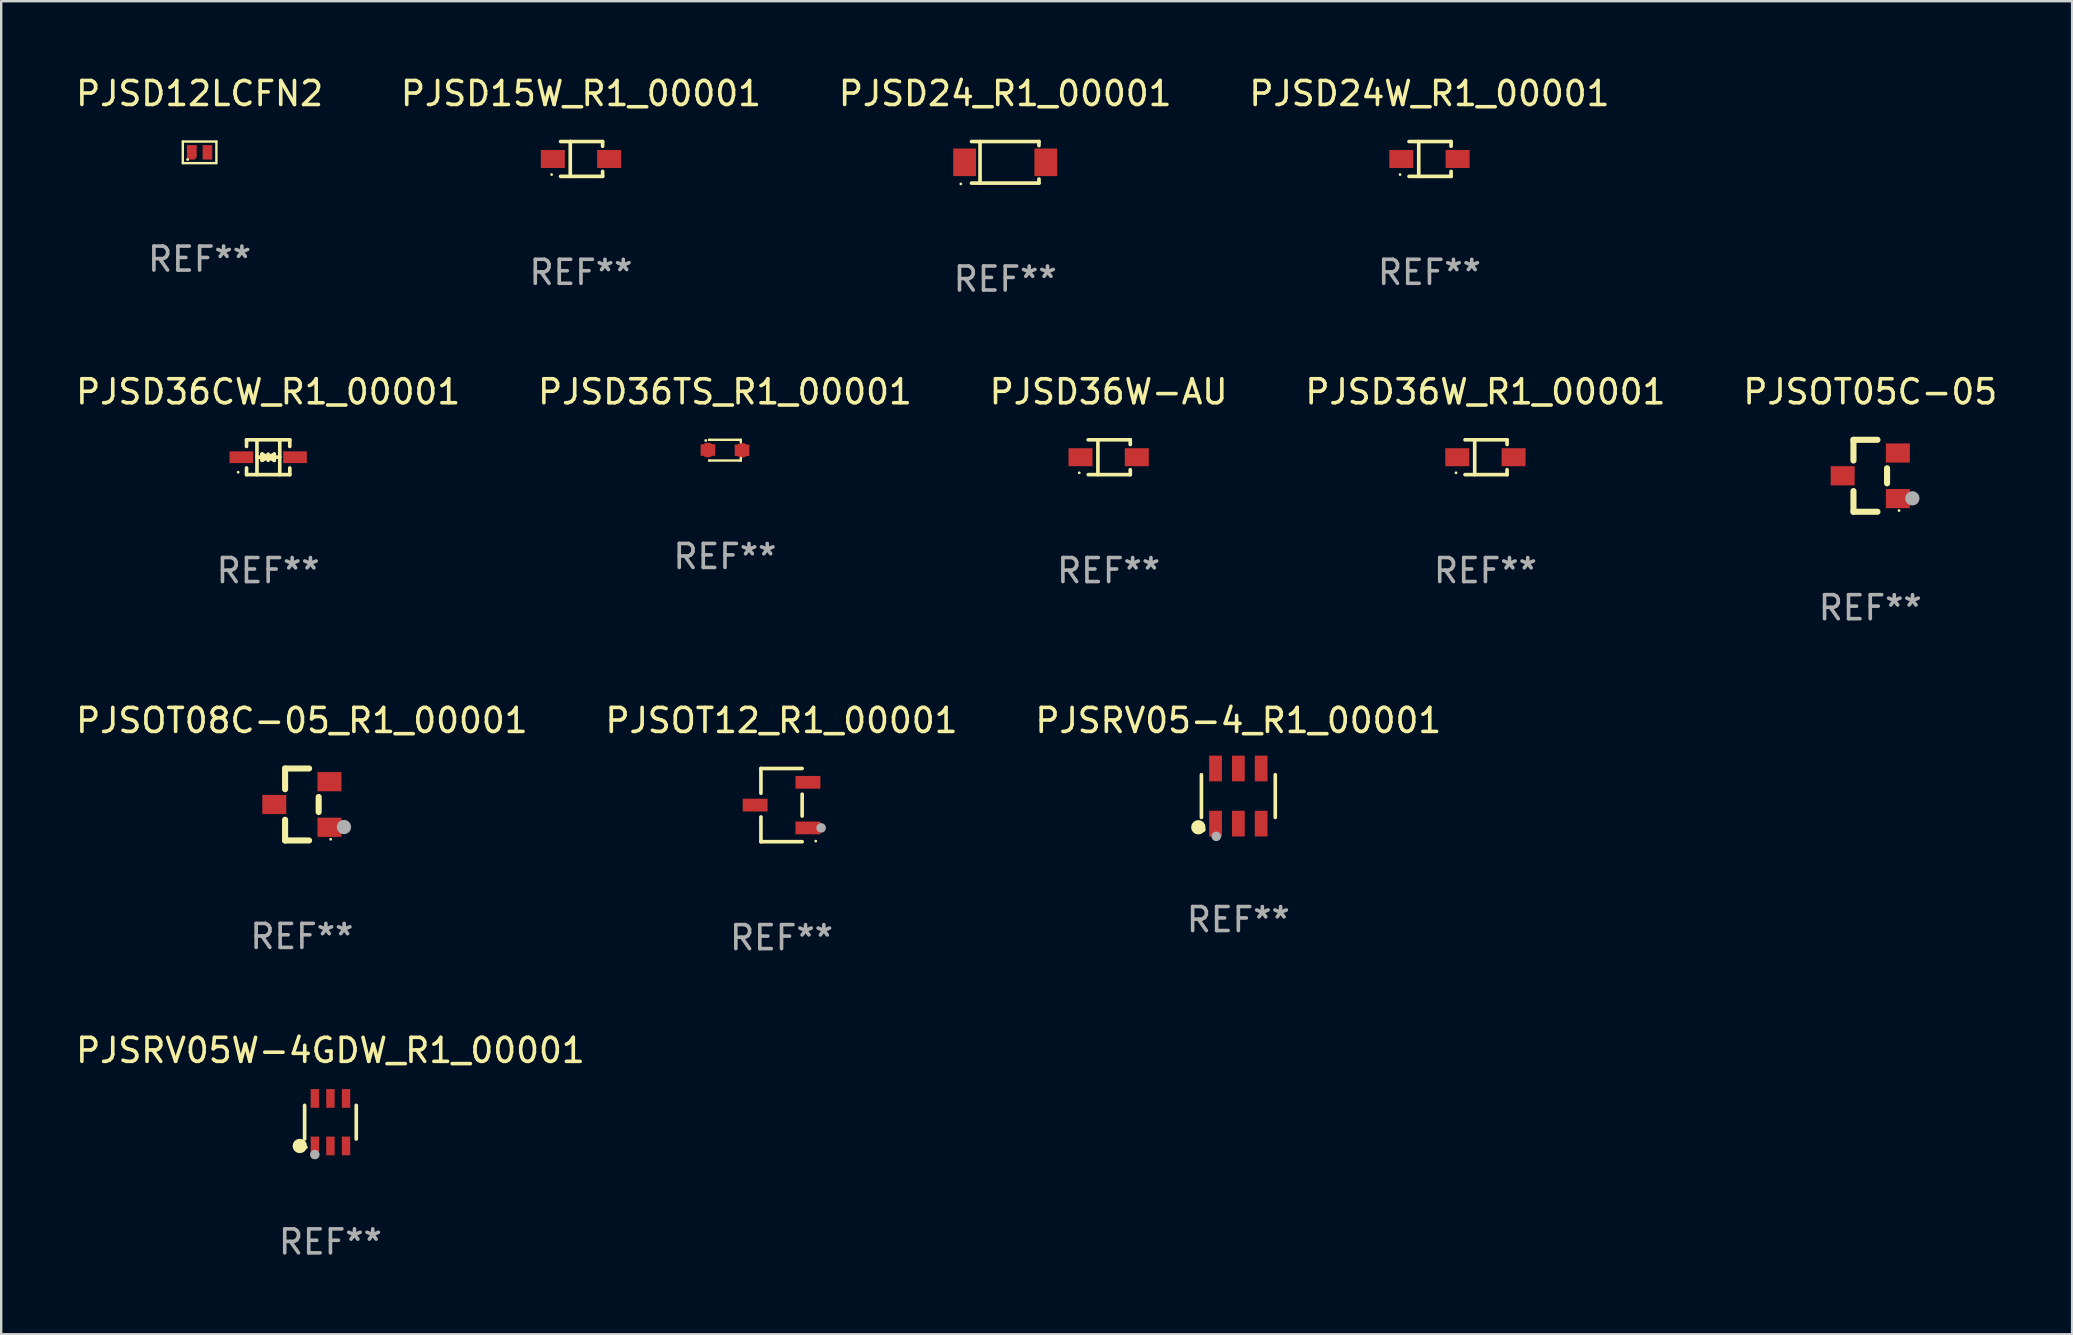
<source format=kicad_pcb>
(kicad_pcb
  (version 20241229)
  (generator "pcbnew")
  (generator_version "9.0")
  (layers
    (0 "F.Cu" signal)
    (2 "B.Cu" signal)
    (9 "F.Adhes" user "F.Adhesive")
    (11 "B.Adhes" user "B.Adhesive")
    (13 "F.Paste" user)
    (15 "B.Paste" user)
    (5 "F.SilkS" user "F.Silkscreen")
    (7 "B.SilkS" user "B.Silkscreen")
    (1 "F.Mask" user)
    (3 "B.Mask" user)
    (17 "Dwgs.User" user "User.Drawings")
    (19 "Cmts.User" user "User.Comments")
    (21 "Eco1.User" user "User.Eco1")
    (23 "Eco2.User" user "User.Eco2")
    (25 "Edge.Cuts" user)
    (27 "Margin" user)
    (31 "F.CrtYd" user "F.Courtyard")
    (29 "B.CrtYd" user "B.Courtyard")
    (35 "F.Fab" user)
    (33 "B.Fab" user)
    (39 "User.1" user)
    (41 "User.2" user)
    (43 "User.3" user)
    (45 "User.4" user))
  (footprint "PJSOT05C-05"
    (layer "F.Cu")
    (at 74.887 16.777)
    (property "Reference" "PJSOT05C-05" (at 0 -3.5 0) (layer "F.SilkS") (effects (font (size 1 1) (thickness 0.15))))
    (attr through_hole)
    (fp_line (start -0.7 -1.5) (end 0.3 -1.5) (stroke (width 0.254) (type solid)) (layer "F.SilkS"))
    (fp_line (start -0.7 -0.636) (end -0.7 -1.5) (stroke (width 0.254) (type solid)) (layer "F.SilkS"))
    (fp_line (start -0.7 1.5) (end -0.7 0.636) (stroke (width 0.254) (type solid)) (layer "F.SilkS"))
    (fp_line (start -0.7 1.5) (end 0.3 1.5) (stroke (width 0.254) (type solid)) (layer "F.SilkS"))
    (fp_line (start 0.7 0.314) (end 0.7 -0.314) (stroke (width 0.254) (type solid)) (layer "F.SilkS"))
    (fp_circle (center 1.2 1.45) (end 1.23 1.45) (stroke (width 0.06) (type solid)) (fill no) (layer "F.SilkS"))
    (fp_circle (center 1.753 0.94) (end 1.903 0.94) (stroke (width 0.3) (type solid)) (fill no) (layer "F.Fab"))
    (fp_text user "REF**" (at 0 5.5 0) (layer "F.Fab") (effects (font (size 1 1) (thickness 0.15))))
    (pad "1" smd rect (at 1.15 0.95 180) (size 1 0.8) (layers "F.Cu" "F.Mask" "F.Paste"))
    (pad "2" smd rect (at 1.15 -0.95 180) (size 1 0.8) (layers "F.Cu" "F.Mask" "F.Paste"))
    (pad "3" smd rect (at -1.15 -0.000051 180) (size 1 0.8) (layers "F.Cu" "F.Mask" "F.Paste")))
  (footprint "PJSD24W_R1_00001"
    (layer "F.Cu")
    (at 56.518 3.574)
    (property "Reference" "PJSD24W_R1_00001" (at 0 -2.726 0) (layer "F.SilkS") (effects (font (size 1 1) (thickness 0.15))))
    (attr through_hole)
    (fp_line (start -0.851 -0.726) (end 0.901 -0.726) (stroke (width 0.152) (type solid)) (layer "F.SilkS"))
    (fp_line (start -0.851 0.726) (end 0.901 0.726) (stroke (width 0.152) (type solid)) (layer "F.SilkS"))
    (fp_line (start -0.447 -0.726) (end -0.447 0.726) (stroke (width 0.152) (type solid)) (layer "F.SilkS"))
    (fp_line (start 0.901 -0.726) (end 0.901 -0.53) (stroke (width 0.152) (type solid)) (layer "F.SilkS"))
    (fp_line (start 0.901 0.726) (end 0.901 0.52) (stroke (width 0.152) (type solid)) (layer "F.SilkS"))
    (fp_circle (center -1.225 0.65) (end -1.195 0.65) (stroke (width 0.06) (type solid)) (fill no) (layer "F.SilkS"))
    (fp_text user "REF**" (at 0 4.726 0) (layer "F.Fab") (effects (font (size 1 1) (thickness 0.15))))
    (pad "1" smd rect (at -1.173 0) (size 1 0.75) (layers "F.Cu" "F.Mask" "F.Paste"))
    (pad "2" smd rect (at 1.173 0) (size 1 0.75) (layers "F.Cu" "F.Mask" "F.Paste")))
  (footprint "PJSRV05W-4GDW_R1_00001"
    (layer "F.Cu")
    (at 10.72 43.713)
    (property "Reference" "PJSRV05W-4GDW_R1_00001" (at 0 -2.99 0) (layer "F.SilkS") (effects (font (size 1 1) (thickness 0.15))))
    (attr through_hole)
    (fp_line (start -1.076 0.701) (end -1.076 -0.701) (stroke (width 0.152) (type solid)) (layer "F.SilkS"))
    (fp_line (start 1.076 0.701) (end 1.076 -0.701) (stroke (width 0.152) (type solid)) (layer "F.SilkS"))
    (fp_circle (center -1.277 0.992) (end -1.127 0.992) (stroke (width 0.3) (type solid)) (fill no) (layer "F.SilkS"))
    (fp_circle (center -1 1.05) (end -0.97 1.05) (stroke (width 0.06) (type solid)) (fill no) (layer "F.SilkS"))
    (fp_circle (center -0.65 1.35) (end -0.55 1.35) (stroke (width 0.2) (type solid)) (fill no) (layer "F.Fab"))
    (fp_text user "REF**" (at 0 4.99 0) (layer "F.Fab") (effects (font (size 1 1) (thickness 0.15))))
    (pad "1" smd rect (at -0.65 0.99) (size 0.35 0.78) (layers "F.Cu" "F.Mask" "F.Paste"))
    (pad "2" smd rect (at 0 0.99) (size 0.35 0.78) (layers "F.Cu" "F.Mask" "F.Paste"))
    (pad "3" smd rect (at 0.65 0.99) (size 0.35 0.78) (layers "F.Cu" "F.Mask" "F.Paste"))
    (pad "4" smd rect (at 0.65 -0.99) (size 0.35 0.78) (layers "F.Cu" "F.Mask" "F.Paste"))
    (pad "5" smd rect (at 0 -0.99) (size 0.35 0.78) (layers "F.Cu" "F.Mask" "F.Paste"))
    (pad "6" smd rect (at -0.65 -0.99) (size 0.35 0.78) (layers "F.Cu" "F.Mask" "F.Paste")))
  (footprint "PJSRV05-4_R1_00001"
    (layer "F.Cu")
    (at 48.554 30.123)
    (property "Reference" "PJSRV05-4_R1_00001" (at 0 -3.149 0) (layer "F.SilkS") (effects (font (size 1 1) (thickness 0.15))))
    (attr through_hole)
    (fp_line (start -1.539 0.889) (end -1.539 -0.889) (stroke (width 0.152) (type solid)) (layer "F.SilkS"))
    (fp_line (start 1.539 0.889) (end 1.539 -0.889) (stroke (width 0.152) (type solid)) (layer "F.SilkS"))
    (fp_circle (center -1.668 1.301) (end -1.518 1.301) (stroke (width 0.3) (type solid)) (fill no) (layer "F.SilkS"))
    (fp_circle (center -1.463 1.4) (end -1.413 1.4) (stroke (width 0.1) (type solid)) (fill no) (layer "F.SilkS"))
    (fp_circle (center -0.92 1.68) (end -0.82 1.68) (stroke (width 0.2) (type solid)) (fill no) (layer "F.Fab"))
    (fp_text user "REF**" (at 0 5.149 0) (layer "F.Fab") (effects (font (size 1 1) (thickness 0.15))))
    (pad "1" smd rect (at -0.95 1.149) (size 0.532 1.072) (layers "F.Cu" "F.Mask" "F.Paste"))
    (pad "2" smd rect (at 0 1.149) (size 0.532 1.072) (layers "F.Cu" "F.Mask" "F.Paste"))
    (pad "3" smd rect (at 0.95 1.149) (size 0.532 1.072) (layers "F.Cu" "F.Mask" "F.Paste"))
    (pad "4" smd rect (at 0.95 -1.149) (size 0.532 1.072) (layers "F.Cu" "F.Mask" "F.Paste"))
    (pad "5" smd rect (at 0 -1.149) (size 0.532 1.072) (layers "F.Cu" "F.Mask" "F.Paste"))
    (pad "6" smd rect (at -0.95 -1.149) (size 0.532 1.072) (layers "F.Cu" "F.Mask" "F.Paste")))
  (footprint "PJSD15W_R1_00001"
    (layer "F.Cu")
    (at 21.161 3.574)
    (property "Reference" "PJSD15W_R1_00001" (at 0 -2.726 0) (layer "F.SilkS") (effects (font (size 1 1) (thickness 0.15))))
    (attr through_hole)
    (fp_line (start -0.851 -0.726) (end 0.901 -0.726) (stroke (width 0.152) (type solid)) (layer "F.SilkS"))
    (fp_line (start -0.851 0.726) (end 0.901 0.726) (stroke (width 0.152) (type solid)) (layer "F.SilkS"))
    (fp_line (start -0.447 -0.726) (end -0.447 0.726) (stroke (width 0.152) (type solid)) (layer "F.SilkS"))
    (fp_line (start 0.901 -0.726) (end 0.901 -0.53) (stroke (width 0.152) (type solid)) (layer "F.SilkS"))
    (fp_line (start 0.901 0.726) (end 0.901 0.52) (stroke (width 0.152) (type solid)) (layer "F.SilkS"))
    (fp_circle (center -1.225 0.65) (end -1.195 0.65) (stroke (width 0.06) (type solid)) (fill no) (layer "F.SilkS"))
    (fp_text user "REF**" (at 0 4.726 0) (layer "F.Fab") (effects (font (size 1 1) (thickness 0.15))))
    (pad "1" smd rect (at -1.173 0) (size 1 0.75) (layers "F.Cu" "F.Mask" "F.Paste"))
    (pad "2" smd rect (at 1.173 0) (size 1 0.75) (layers "F.Cu" "F.Mask" "F.Paste")))
  (footprint "PJSD36CW_R1_00001"
    (layer "F.Cu")
    (at 8.125 16.003)
    (property "Reference" "PJSD36CW_R1_00001" (at 0 -2.726 0) (layer "F.SilkS") (effects (font (size 1 1) (thickness 0.15))))
    (attr through_hole)
    (fp_line (start -0.901 -0.726) (end -0.901 -0.448) (stroke (width 0.152) (type solid)) (layer "F.SilkS"))
    (fp_line (start -0.901 0.726) (end -0.901 0.448) (stroke (width 0.152) (type solid)) (layer "F.SilkS"))
    (fp_line (start -0.467 0) (end 0.483 -0.003) (stroke (width 0.154) (type solid)) (layer "F.SilkS"))
    (fp_line (start -0.467 0.726) (end -0.467 -0.726) (stroke (width 0.152) (type solid)) (layer "F.SilkS"))
    (fp_line (start -0.254 -0.127) (end -0.254 -0.127) (stroke (width 0.154) (type solid)) (layer "F.SilkS"))
    (fp_line (start -0.254 -0.127) (end -0.002 -0.003) (stroke (width 0.154) (type solid)) (layer "F.SilkS"))
    (fp_line (start -0.254 0.127) (end -0.254 -0.127) (stroke (width 0.154) (type solid)) (layer "F.SilkS"))
    (fp_line (start -0.127 0) (end 0.003 0) (stroke (width 0.154) (type solid)) (layer "F.SilkS"))
    (fp_line (start -0.003 0) (end -0.254 0.127) (stroke (width 0.154) (type solid)) (layer "F.SilkS"))
    (fp_line (start 0 -0.127) (end 0 0.127) (stroke (width 0.154) (type solid)) (layer "F.SilkS"))
    (fp_line (start 0.003 0) (end 0.254 -0.127) (stroke (width 0.154) (type solid)) (layer "F.SilkS"))
    (fp_line (start 0.127 0) (end -0.003 0) (stroke (width 0.154) (type solid)) (layer "F.SilkS"))
    (fp_line (start 0.254 -0.127) (end 0.254 0.127) (stroke (width 0.154) (type solid)) (layer "F.SilkS"))
    (fp_line (start 0.254 0.127) (end 0.002 0.003) (stroke (width 0.154) (type solid)) (layer "F.SilkS"))
    (fp_line (start 0.254 0.127) (end 0.254 0.127) (stroke (width 0.154) (type solid)) (layer "F.SilkS"))
    (fp_line (start 0.483 0.726) (end 0.483 -0.726) (stroke (width 0.152) (type solid)) (layer "F.SilkS"))
    (fp_line (start 0.901 -0.726) (end -0.901 -0.726) (stroke (width 0.152) (type solid)) (layer "F.SilkS"))
    (fp_line (start 0.901 -0.726) (end 0.901 -0.448) (stroke (width 0.152) (type solid)) (layer "F.SilkS"))
    (fp_line (start 0.901 0.726) (end -0.901 0.726) (stroke (width 0.152) (type solid)) (layer "F.SilkS"))
    (fp_line (start 0.901 0.726) (end 0.901 0.448) (stroke (width 0.152) (type solid)) (layer "F.SilkS"))
    (fp_circle (center -1.25 0.625) (end -1.22 0.625) (stroke (width 0.06) (type solid)) (fill no) (layer "F.SilkS"))
    (fp_text user "REF**" (at 0 4.726 0) (layer "F.Fab") (effects (font (size 1 1) (thickness 0.15))))
    (pad "1" smd rect (at -1.118 0) (size 0.985 0.49) (layers "F.Cu" "F.Mask" "F.Paste"))
    (pad "2" smd rect (at 1.118 0) (size 0.985 0.49) (layers "F.Cu" "F.Mask" "F.Paste")))
  (footprint "PJSD24_R1_00001"
    (layer "F.Cu")
    (at 38.839 3.714)
    (property "Reference" "PJSD24_R1_00001" (at 0 -2.866 0) (layer "F.SilkS") (effects (font (size 1 1) (thickness 0.15))))
    (attr through_hole)
    (fp_line (start -1.406 -0.866) (end 1.406 -0.866) (stroke (width 0.152) (type solid)) (layer "F.SilkS"))
    (fp_line (start -1.406 0.866) (end 1.406 0.866) (stroke (width 0.152) (type solid)) (layer "F.SilkS"))
    (fp_line (start -1.049 -0.866) (end -1.049 0.866) (stroke (width 0.152) (type solid)) (layer "F.SilkS"))
    (fp_line (start 1.406 -0.866) (end 1.406 -0.698) (stroke (width 0.152) (type solid)) (layer "F.SilkS"))
    (fp_line (start 1.406 0.866) (end 1.406 0.698) (stroke (width 0.152) (type solid)) (layer "F.SilkS"))
    (fp_circle (center -1.851 0.9) (end -1.821 0.9) (stroke (width 0.06) (type solid)) (fill no) (layer "F.SilkS"))
    (fp_text user "REF**" (at 0 4.866 0) (layer "F.Fab") (effects (font (size 1 1) (thickness 0.15))))
    (pad "1" smd rect (at -1.692 0) (size 0.95 1.15) (layers "F.Cu" "F.Mask" "F.Paste"))
    (pad "2" smd rect (at 1.692 0) (size 0.95 1.15) (layers "F.Cu" "F.Mask" "F.Paste")))
  (footprint "PJSOT08C-05_R1_00001"
    (layer "F.Cu")
    (at 9.53 30.474)
    (property "Reference" "PJSOT08C-05_R1_00001" (at 0 -3.5 0) (layer "F.SilkS") (effects (font (size 1 1) (thickness 0.15))))
    (attr through_hole)
    (fp_line (start -0.7 -1.5) (end 0.3 -1.5) (stroke (width 0.254) (type solid)) (layer "F.SilkS"))
    (fp_line (start -0.7 -0.636) (end -0.7 -1.5) (stroke (width 0.254) (type solid)) (layer "F.SilkS"))
    (fp_line (start -0.7 1.5) (end -0.7 0.636) (stroke (width 0.254) (type solid)) (layer "F.SilkS"))
    (fp_line (start -0.7 1.5) (end 0.3 1.5) (stroke (width 0.254) (type solid)) (layer "F.SilkS"))
    (fp_line (start 0.7 0.314) (end 0.7 -0.314) (stroke (width 0.254) (type solid)) (layer "F.SilkS"))
    (fp_circle (center 1.2 1.45) (end 1.23 1.45) (stroke (width 0.06) (type solid)) (fill no) (layer "F.SilkS"))
    (fp_circle (center 1.753 0.94) (end 1.903 0.94) (stroke (width 0.3) (type solid)) (fill no) (layer "F.Fab"))
    (fp_text user "REF**" (at 0 5.5 0) (layer "F.Fab") (effects (font (size 1 1) (thickness 0.15))))
    (pad "1" smd rect (at 1.15 0.95 180) (size 1 0.8) (layers "F.Cu" "F.Mask" "F.Paste"))
    (pad "2" smd rect (at 1.15 -0.95 180) (size 1 0.8) (layers "F.Cu" "F.Mask" "F.Paste"))
    (pad "3" smd rect (at -1.15 -0.000051 180) (size 1 0.8) (layers "F.Cu" "F.Mask" "F.Paste")))
  (footprint "PJSD12LCFN2"
    (layer "F.Cu")
    (at 5.268 3.298)
    (property "Reference" "PJSD12LCFN2" (at 0 -2.45 0) (layer "F.SilkS") (effects (font (size 1 1) (thickness 0.15))))
    (attr through_hole)
    (fp_line (start -0.7 -0.45) (end -0.7 0.45) (stroke (width 0.1) (type solid)) (layer "F.SilkS"))
    (fp_line (start -0.7 -0.45) (end 0.7 -0.45) (stroke (width 0.1) (type solid)) (layer "F.SilkS"))
    (fp_line (start -0.7 0.45) (end 0.69 0.45) (stroke (width 0.1) (type solid)) (layer "F.SilkS"))
    (fp_line (start 0.7 -0.45) (end 0.7 0.45) (stroke (width 0.1) (type solid)) (layer "F.SilkS"))
    (fp_circle (center -0.5 0.3) (end -0.47 0.3) (stroke (width 0.06) (type solid)) (fill no) (layer "F.SilkS"))
    (fp_text user "REF**" (at 0 4.45 0) (layer "F.Fab") (effects (font (size 1 1) (thickness 0.15))))
    (pad "1" smd custom (at -0.325 0) (size 0.41 0.6) (layers "F.Cu" "F.Mask" "F.Paste") (options (anchor circle)) (primitives (gr_poly (pts (xy -0.205 -0.3) (xy -0.205 0.3) (xy 0.125 0.3) (xy 0.205 0.2) (xy 0.205 -0.3) (xy -0.205 -0.3)) (width 0) (fill yes))))
    (pad "2" smd rect (at 0.325 0 90) (size 0.6 0.4) (layers "F.Cu" "F.Mask" "F.Paste")))
  (footprint "PJSD36W-AU"
    (layer "F.Cu")
    (at 43.149 16.003)
    (property "Reference" "PJSD36W-AU" (at 0 -2.726 0) (layer "F.SilkS") (effects (font (size 1 1) (thickness 0.15))))
    (attr through_hole)
    (fp_line (start -0.851 -0.726) (end 0.901 -0.726) (stroke (width 0.152) (type solid)) (layer "F.SilkS"))
    (fp_line (start -0.851 0.726) (end 0.901 0.726) (stroke (width 0.152) (type solid)) (layer "F.SilkS"))
    (fp_line (start -0.447 -0.726) (end -0.447 0.726) (stroke (width 0.152) (type solid)) (layer "F.SilkS"))
    (fp_line (start 0.901 -0.726) (end 0.901 -0.53) (stroke (width 0.152) (type solid)) (layer "F.SilkS"))
    (fp_line (start 0.901 0.726) (end 0.901 0.52) (stroke (width 0.152) (type solid)) (layer "F.SilkS"))
    (fp_circle (center -1.225 0.65) (end -1.195 0.65) (stroke (width 0.06) (type solid)) (fill no) (layer "F.SilkS"))
    (fp_text user "REF**" (at 0 4.726 0) (layer "F.Fab") (effects (font (size 1 1) (thickness 0.15))))
    (pad "1" smd rect (at -1.173 0) (size 1 0.75) (layers "F.Cu" "F.Mask" "F.Paste"))
    (pad "2" smd rect (at 1.173 0) (size 1 0.75) (layers "F.Cu" "F.Mask" "F.Paste")))
  (footprint "PJSOT12_R1_00001"
    (layer "F.Cu")
    (at 29.518 30.5)
    (property "Reference" "PJSOT12_R1_00001" (at 0 -3.526 0) (layer "F.SilkS") (effects (font (size 1 1) (thickness 0.15))))
    (attr through_hole)
    (fp_line (start -0.859 -1.526) (end -0.859 -0.495) (stroke (width 0.152) (type solid)) (layer "F.SilkS"))
    (fp_line (start -0.859 1.526) (end -0.859 0.495) (stroke (width 0.152) (type solid)) (layer "F.SilkS"))
    (fp_line (start 0.859 -1.526) (end -0.859 -1.526) (stroke (width 0.152) (type solid)) (layer "F.SilkS"))
    (fp_line (start 0.859 -0.455) (end 0.859 0.455) (stroke (width 0.152) (type solid)) (layer "F.SilkS"))
    (fp_line (start 0.859 1.526) (end -0.859 1.526) (stroke (width 0.152) (type solid)) (layer "F.SilkS"))
    (fp_circle (center 1.425 1.5) (end 1.455 1.5) (stroke (width 0.06) (type solid)) (fill no) (layer "F.SilkS"))
    (fp_circle (center 1.65 0.95) (end 1.75 0.95) (stroke (width 0.2) (type solid)) (fill no) (layer "F.Fab"))
    (fp_text user "REF**" (at 0 5.526 0) (layer "F.Fab") (effects (font (size 1 1) (thickness 0.15))))
    (pad "1" smd rect (at 1.101 0.95) (size 1.037 0.532) (layers "F.Cu" "F.Mask" "F.Paste"))
    (pad "2" smd rect (at 1.101 -0.95) (size 1.037 0.532) (layers "F.Cu" "F.Mask" "F.Paste"))
    (pad "3" smd rect (at -1.101 0) (size 1.037 0.532) (layers "F.Cu" "F.Mask" "F.Paste")))
  (footprint "PJSD36W_R1_00001"
    (layer "F.Cu")
    (at 58.851 16.003)
    (property "Reference" "PJSD36W_R1_00001" (at 0 -2.726 0) (layer "F.SilkS") (effects (font (size 1 1) (thickness 0.15))))
    (attr through_hole)
    (fp_line (start -0.851 -0.726) (end 0.901 -0.726) (stroke (width 0.152) (type solid)) (layer "F.SilkS"))
    (fp_line (start -0.851 0.726) (end 0.901 0.726) (stroke (width 0.152) (type solid)) (layer "F.SilkS"))
    (fp_line (start -0.447 -0.726) (end -0.447 0.726) (stroke (width 0.152) (type solid)) (layer "F.SilkS"))
    (fp_line (start 0.901 -0.726) (end 0.901 -0.53) (stroke (width 0.152) (type solid)) (layer "F.SilkS"))
    (fp_line (start 0.901 0.726) (end 0.901 0.52) (stroke (width 0.152) (type solid)) (layer "F.SilkS"))
    (fp_circle (center -1.225 0.65) (end -1.195 0.65) (stroke (width 0.06) (type solid)) (fill no) (layer "F.SilkS"))
    (fp_text user "REF**" (at 0 4.726 0) (layer "F.Fab") (effects (font (size 1 1) (thickness 0.15))))
    (pad "1" smd rect (at -1.173 0) (size 1 0.75) (layers "F.Cu" "F.Mask" "F.Paste"))
    (pad "2" smd rect (at 1.173 0) (size 1 0.75) (layers "F.Cu" "F.Mask" "F.Paste")))
  (footprint "PJSD36TS_R1_00001"
    (layer "F.Cu")
    (at 27.161 15.709)
    (property "Reference" "PJSD36TS_R1_00001" (at 0 -2.432 0) (layer "F.SilkS") (effects (font (size 1 1) (thickness 0.15))))
    (attr through_hole)
    (fp_line (start -0.661 0.432) (end -0.661 0.432) (stroke (width 0.1) (type solid)) (layer "F.SilkS"))
    (fp_line (start -0.661 -0.432) (end -0.661 -0.432) (stroke (width 0.1) (type solid)) (layer "F.SilkS"))
    (fp_line (start -0.661 -0.432) (end 0.66 -0.432) (stroke (width 0.1) (type solid)) (layer "F.SilkS"))
    (fp_line (start 0.66 0.326) (end 0.66 0.432) (stroke (width 0.1) (type solid)) (layer "F.SilkS"))
    (fp_line (start 0.66 0.432) (end -0.661 0.432) (stroke (width 0.1) (type solid)) (layer "F.SilkS"))
    (fp_line (start 0.66 -0.432) (end 0.66 -0.33) (stroke (width 0.1) (type solid)) (layer "F.SilkS"))
    (fp_circle (center -0.8 -0.404) (end -0.77 -0.404) (stroke (width 0.06) (type solid)) (fill no) (layer "F.SilkS"))
    (fp_text user "REF**" (at 0 4.432 0) (layer "F.Fab") (effects (font (size 1 1) (thickness 0.15))))
    (pad "1" smd custom (at -0.711 -0.005) (size 0.61 0.483) (layers "F.Cu" "F.Mask" "F.Paste") (options (anchor circle)) (primitives (gr_poly (pts (xy -0.305 -0.241) (xy 0.305 -0.241) (xy 0.305 0.241) (xy -0.305 0.241)) (width 0) (fill yes))))
    (pad "2" smd custom (at 0.711 0.005) (size 0.61 0.483) (layers "F.Cu" "F.Mask" "F.Paste") (options (anchor circle)) (primitives (gr_poly (pts (xy -0.305 -0.241) (xy 0.305 -0.241) (xy 0.305 0.241) (xy -0.305 0.241)) (width 0) (fill yes)))))
  (gr_rect
    (start -3 -3)
    (end 83.298 52.551)
    (stroke (width 0.1) (type default))
    (fill no)
    (layer "Edge.Cuts")))
</source>
